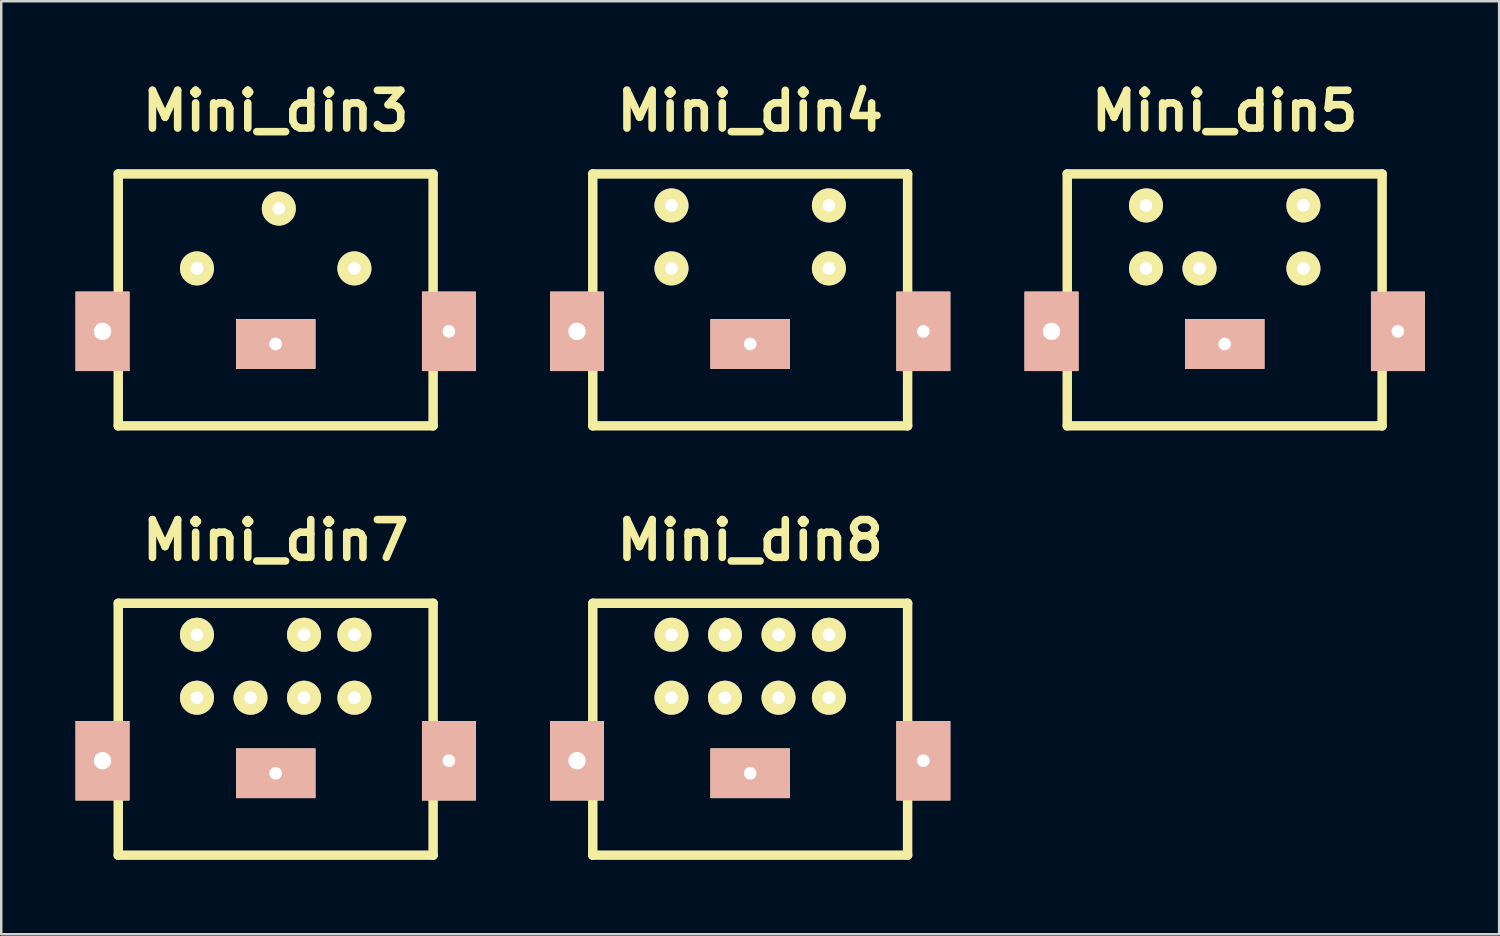
<source format=kicad_pcb>
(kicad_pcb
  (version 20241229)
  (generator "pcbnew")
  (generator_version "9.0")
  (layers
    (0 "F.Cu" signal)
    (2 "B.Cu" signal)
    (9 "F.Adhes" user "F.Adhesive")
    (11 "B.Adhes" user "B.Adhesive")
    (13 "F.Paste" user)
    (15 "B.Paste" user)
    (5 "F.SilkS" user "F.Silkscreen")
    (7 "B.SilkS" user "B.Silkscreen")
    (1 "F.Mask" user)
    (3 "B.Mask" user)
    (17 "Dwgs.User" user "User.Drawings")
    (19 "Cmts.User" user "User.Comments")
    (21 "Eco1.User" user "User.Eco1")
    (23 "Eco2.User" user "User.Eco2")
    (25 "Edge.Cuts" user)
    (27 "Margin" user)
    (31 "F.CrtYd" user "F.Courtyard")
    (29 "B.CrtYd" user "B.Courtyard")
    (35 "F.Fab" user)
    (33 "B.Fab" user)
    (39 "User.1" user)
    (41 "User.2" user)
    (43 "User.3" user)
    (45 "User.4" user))
  (footprint "Mini_din3"
    (layer "F.Cu")
    (at 8.07 9.046)
    (property "Reference" "Mini_din3" (at 0 -7.62 0) (layer "F.SilkS") (effects (font (size 1.524 1.524) (thickness 0.305))))
    (fp_line (start -6.35 -5.08) (end 6.35 -5.08) (stroke (width 0.381) (type solid)) (layer "F.SilkS"))
    (fp_line (start -6.35 1.27) (end -6.35 -5.08) (stroke (width 0.381) (type solid)) (layer "F.SilkS"))
    (fp_line (start -6.35 5.08) (end -6.35 1.27) (stroke (width 0.381) (type solid)) (layer "F.SilkS"))
    (fp_line (start 6.35 -5.08) (end 6.35 5.08) (stroke (width 0.381) (type solid)) (layer "F.SilkS"))
    (fp_line (start 6.35 5.08) (end -6.35 5.08) (stroke (width 0.381) (type solid)) (layer "F.SilkS"))
    (pad "1" thru_hole circle (at 0.127 -3.683) (size 1.372 1.372) (drill 0.508) (layers "*.Cu" "*.Mask" "F.SilkS"))
    (pad "2" thru_hole circle (at 3.175 -1.27) (size 1.372 1.372) (drill 0.508) (layers "*.Cu" "*.Mask" "F.SilkS"))
    (pad "3" thru_hole circle (at -3.175 -1.27) (size 1.372 1.372) (drill 0.508) (layers "*.Cu" "*.Mask" "F.SilkS"))
    (pad "GND" thru_hole rect (at -6.985 1.27) (size 2.169 3.2) (drill 0.701) (layers "*.Cu" "*.SilkS" "*.Mask"))
    (pad "GND" thru_hole rect (at 0 1.778) (size 3.2 1.999) (drill 0.508) (layers "*.Cu" "*.SilkS" "*.Mask"))
    (pad "GND" thru_hole rect (at 6.985 1.27) (size 2.169 3.2) (drill 0.508) (layers "*.Cu" "*.SilkS" "*.Mask")))
  (footprint "Mini_din8"
    (layer "F.Cu")
    (at 27.209 26.363)
    (property "Reference" "Mini_din8" (at 0 -7.62 0) (layer "F.SilkS") (effects (font (size 1.524 1.524) (thickness 0.305))))
    (fp_line (start -6.35 -5.08) (end 6.35 -5.08) (stroke (width 0.381) (type solid)) (layer "F.SilkS"))
    (fp_line (start -6.35 1.27) (end -6.35 -5.08) (stroke (width 0.381) (type solid)) (layer "F.SilkS"))
    (fp_line (start -6.35 5.08) (end -6.35 1.27) (stroke (width 0.381) (type solid)) (layer "F.SilkS"))
    (fp_line (start 6.35 -5.08) (end 6.35 5.08) (stroke (width 0.381) (type solid)) (layer "F.SilkS"))
    (fp_line (start 6.35 5.08) (end -6.35 5.08) (stroke (width 0.381) (type solid)) (layer "F.SilkS"))
    (pad "1" thru_hole circle (at 3.175 -3.81) (size 1.372 1.372) (drill 0.508) (layers "*.Cu" "*.Mask" "F.SilkS"))
    (pad "2" thru_hole circle (at 3.175 -1.27) (size 1.372 1.372) (drill 0.508) (layers "*.Cu" "*.Mask" "F.SilkS"))
    (pad "3" thru_hole circle (at 1.143 -1.27) (size 1.372 1.372) (drill 0.508) (layers "*.Cu" "*.Mask" "F.SilkS"))
    (pad "4" thru_hole circle (at -1.016 -1.27) (size 1.372 1.372) (drill 0.508) (layers "*.Cu" "*.Mask" "F.SilkS"))
    (pad "5" thru_hole circle (at -3.175 -1.27) (size 1.372 1.372) (drill 0.508) (layers "*.Cu" "*.Mask" "F.SilkS"))
    (pad "6" thru_hole circle (at -3.175 -3.81) (size 1.372 1.372) (drill 0.508) (layers "*.Cu" "*.Mask" "F.SilkS"))
    (pad "7" thru_hole circle (at -1.016 -3.81) (size 1.372 1.372) (drill 0.508) (layers "*.Cu" "*.Mask" "F.SilkS"))
    (pad "8" thru_hole circle (at 1.143 -3.81) (size 1.372 1.372) (drill 0.508) (layers "*.Cu" "*.Mask" "F.SilkS"))
    (pad "GND" thru_hole rect (at -6.985 1.27) (size 2.169 3.2) (drill 0.701) (layers "*.Cu" "*.SilkS" "*.Mask"))
    (pad "GND" thru_hole rect (at 0 1.778) (size 3.2 1.999) (drill 0.508) (layers "*.Cu" "*.SilkS" "*.Mask"))
    (pad "GND" thru_hole rect (at 6.985 1.27) (size 2.169 3.2) (drill 0.508) (layers "*.Cu" "*.SilkS" "*.Mask")))
  (footprint "Mini_din4"
    (layer "F.Cu")
    (at 27.209 9.046)
    (property "Reference" "Mini_din4" (at 0 -7.62 0) (layer "F.SilkS") (effects (font (size 1.524 1.524) (thickness 0.305))))
    (fp_line (start -6.35 -5.08) (end 6.35 -5.08) (stroke (width 0.381) (type solid)) (layer "F.SilkS"))
    (fp_line (start -6.35 1.27) (end -6.35 -5.08) (stroke (width 0.381) (type solid)) (layer "F.SilkS"))
    (fp_line (start -6.35 5.08) (end -6.35 1.27) (stroke (width 0.381) (type solid)) (layer "F.SilkS"))
    (fp_line (start 6.35 -5.08) (end 6.35 5.08) (stroke (width 0.381) (type solid)) (layer "F.SilkS"))
    (fp_line (start 6.35 5.08) (end -6.35 5.08) (stroke (width 0.381) (type solid)) (layer "F.SilkS"))
    (pad "1" thru_hole circle (at 3.175 -3.81) (size 1.372 1.372) (drill 0.508) (layers "*.Cu" "*.Mask" "F.SilkS"))
    (pad "2" thru_hole circle (at 3.175 -1.27) (size 1.372 1.372) (drill 0.508) (layers "*.Cu" "*.Mask" "F.SilkS"))
    (pad "3" thru_hole circle (at -3.175 -1.27) (size 1.372 1.372) (drill 0.508) (layers "*.Cu" "*.Mask" "F.SilkS"))
    (pad "4" thru_hole circle (at -3.175 -3.81) (size 1.372 1.372) (drill 0.508) (layers "*.Cu" "*.Mask" "F.SilkS"))
    (pad "GND" thru_hole rect (at -6.985 1.27) (size 2.169 3.2) (drill 0.701) (layers "*.Cu" "*.SilkS" "*.Mask"))
    (pad "GND" thru_hole rect (at 0 1.778) (size 3.2 1.999) (drill 0.508) (layers "*.Cu" "*.SilkS" "*.Mask"))
    (pad "GND" thru_hole rect (at 6.985 1.27) (size 2.169 3.2) (drill 0.508) (layers "*.Cu" "*.SilkS" "*.Mask")))
  (footprint "Mini_din7"
    (layer "F.Cu")
    (at 8.07 26.363)
    (property "Reference" "Mini_din7" (at 0 -7.62 0) (layer "F.SilkS") (effects (font (size 1.524 1.524) (thickness 0.305))))
    (fp_line (start -6.35 -5.08) (end 6.35 -5.08) (stroke (width 0.381) (type solid)) (layer "F.SilkS"))
    (fp_line (start -6.35 1.27) (end -6.35 -5.08) (stroke (width 0.381) (type solid)) (layer "F.SilkS"))
    (fp_line (start -6.35 5.08) (end -6.35 1.27) (stroke (width 0.381) (type solid)) (layer "F.SilkS"))
    (fp_line (start 6.35 -5.08) (end 6.35 5.08) (stroke (width 0.381) (type solid)) (layer "F.SilkS"))
    (fp_line (start 6.35 5.08) (end -6.35 5.08) (stroke (width 0.381) (type solid)) (layer "F.SilkS"))
    (pad "1" thru_hole circle (at 3.175 -3.81) (size 1.372 1.372) (drill 0.508) (layers "*.Cu" "*.Mask" "F.SilkS"))
    (pad "2" thru_hole circle (at 3.175 -1.27) (size 1.372 1.372) (drill 0.508) (layers "*.Cu" "*.Mask" "F.SilkS"))
    (pad "3" thru_hole circle (at 1.143 -1.27) (size 1.372 1.372) (drill 0.508) (layers "*.Cu" "*.Mask" "F.SilkS"))
    (pad "4" thru_hole circle (at -1.016 -1.27) (size 1.372 1.372) (drill 0.508) (layers "*.Cu" "*.Mask" "F.SilkS"))
    (pad "5" thru_hole circle (at -3.175 -1.27) (size 1.372 1.372) (drill 0.508) (layers "*.Cu" "*.Mask" "F.SilkS"))
    (pad "6" thru_hole circle (at -3.175 -3.81) (size 1.372 1.372) (drill 0.508) (layers "*.Cu" "*.Mask" "F.SilkS"))
    (pad "7" thru_hole circle (at 1.143 -3.81) (size 1.372 1.372) (drill 0.508) (layers "*.Cu" "*.Mask" "F.SilkS"))
    (pad "GND" thru_hole rect (at -6.985 1.27) (size 2.169 3.2) (drill 0.701) (layers "*.Cu" "*.SilkS" "*.Mask"))
    (pad "GND" thru_hole rect (at 0 1.778) (size 3.2 1.999) (drill 0.508) (layers "*.Cu" "*.SilkS" "*.Mask"))
    (pad "GND" thru_hole rect (at 6.985 1.27) (size 2.169 3.2) (drill 0.508) (layers "*.Cu" "*.SilkS" "*.Mask")))
  (footprint "Mini_din5"
    (layer "F.Cu")
    (at 46.348 9.046)
    (property "Reference" "Mini_din5" (at 0 -7.62 0) (layer "F.SilkS") (effects (font (size 1.524 1.524) (thickness 0.305))))
    (fp_line (start -6.35 -5.08) (end 6.35 -5.08) (stroke (width 0.381) (type solid)) (layer "F.SilkS"))
    (fp_line (start -6.35 1.27) (end -6.35 -5.08) (stroke (width 0.381) (type solid)) (layer "F.SilkS"))
    (fp_line (start -6.35 5.08) (end -6.35 1.27) (stroke (width 0.381) (type solid)) (layer "F.SilkS"))
    (fp_line (start 6.35 -5.08) (end 6.35 5.08) (stroke (width 0.381) (type solid)) (layer "F.SilkS"))
    (fp_line (start 6.35 5.08) (end -6.35 5.08) (stroke (width 0.381) (type solid)) (layer "F.SilkS"))
    (pad "1" thru_hole circle (at 3.175 -3.81) (size 1.372 1.372) (drill 0.508) (layers "*.Cu" "*.Mask" "F.SilkS"))
    (pad "2" thru_hole circle (at 3.175 -1.27) (size 1.372 1.372) (drill 0.508) (layers "*.Cu" "*.Mask" "F.SilkS"))
    (pad "3" thru_hole circle (at -1.016 -1.27) (size 1.372 1.372) (drill 0.508) (layers "*.Cu" "*.Mask" "F.SilkS"))
    (pad "4" thru_hole circle (at -3.175 -1.27) (size 1.372 1.372) (drill 0.508) (layers "*.Cu" "*.Mask" "F.SilkS"))
    (pad "5" thru_hole circle (at -3.175 -3.81) (size 1.372 1.372) (drill 0.508) (layers "*.Cu" "*.Mask" "F.SilkS"))
    (pad "GND" thru_hole rect (at -6.985 1.27) (size 2.169 3.2) (drill 0.701) (layers "*.Cu" "*.SilkS" "*.Mask"))
    (pad "GND" thru_hole rect (at 0 1.778) (size 3.2 1.999) (drill 0.508) (layers "*.Cu" "*.SilkS" "*.Mask"))
    (pad "GND" thru_hole rect (at 6.985 1.27) (size 2.169 3.2) (drill 0.508) (layers "*.Cu" "*.SilkS" "*.Mask")))
  (gr_rect
    (start -3 -3)
    (end 57.417 34.634)
    (stroke (width 0.1) (type default))
    (fill no)
    (layer "Edge.Cuts")))
</source>
